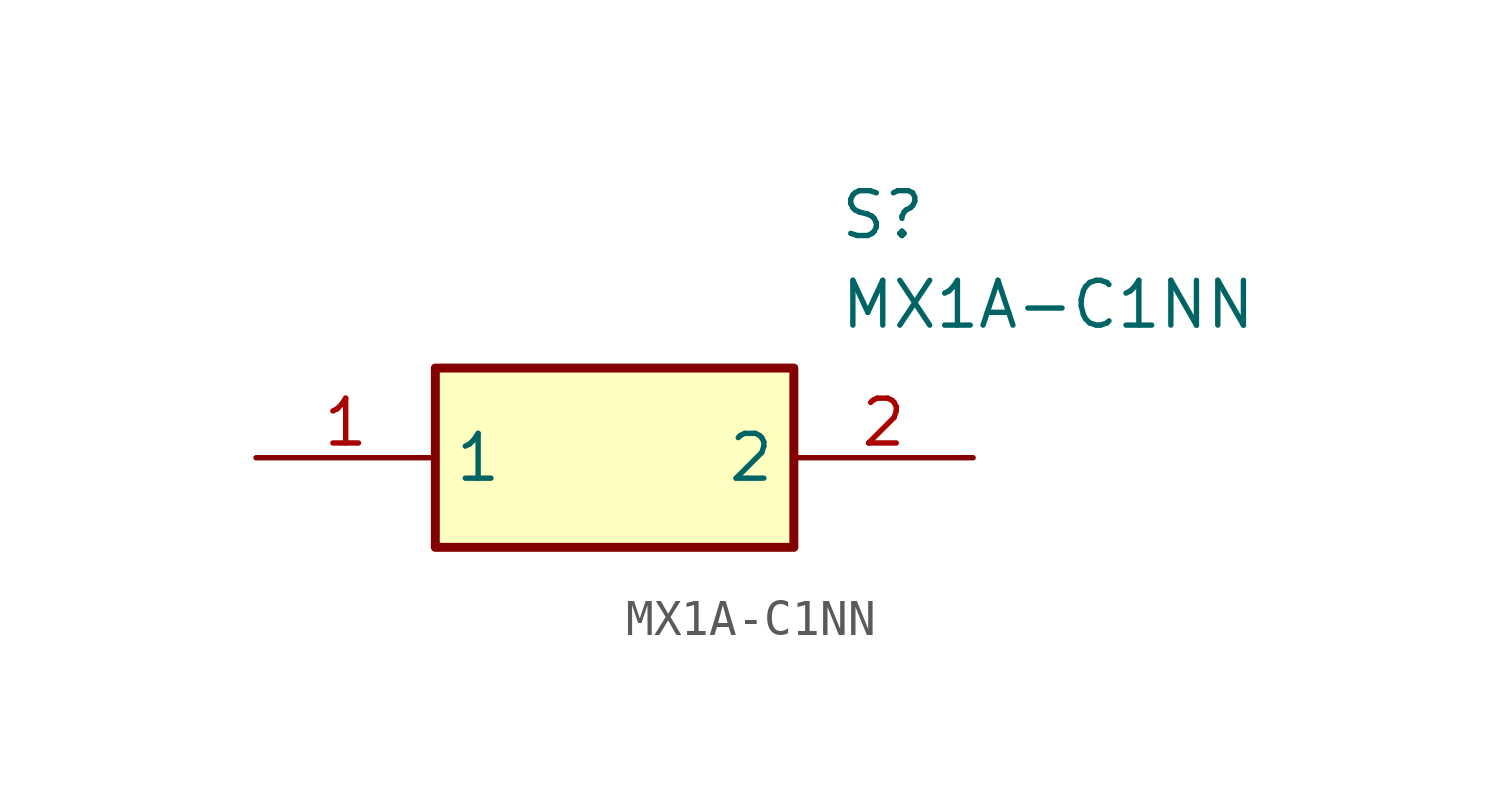
<source format=kicad_sym>
(kicad_symbol_lib
  (version 20220914)
  (generator kicad_symbol_editor)
  (symbol "MX1A-C1NN"
    (property "Reference" "S"
      (at 16.51 7.62 0)
      (effects (font (size 1.27 1.27)) (justify left top)))
    (property "Value" "MX1A-C1NN"
      (at 16.51 5.08 0)
      (effects (font (size 1.27 1.27)) (justify left top)))
    (symbol "MX1A-C1NN_1_1"
      (rectangle (start 5.08 2.54) (end 15.24 -2.54) (stroke (width 0.254) (type default)) (fill (type background)))
      (pin passive line (at 0 0 0) (length 5.08) (name "1" (effects (font (size 1.27 1.27)))) (number "1" (effects (font (size 1.27 1.27)))))
      (pin passive line (at 20.32 0 180) (length 5.08) (name "2" (effects (font (size 1.27 1.27)))) (number "2" (effects (font (size 1.27 1.27))))))))
</source>
